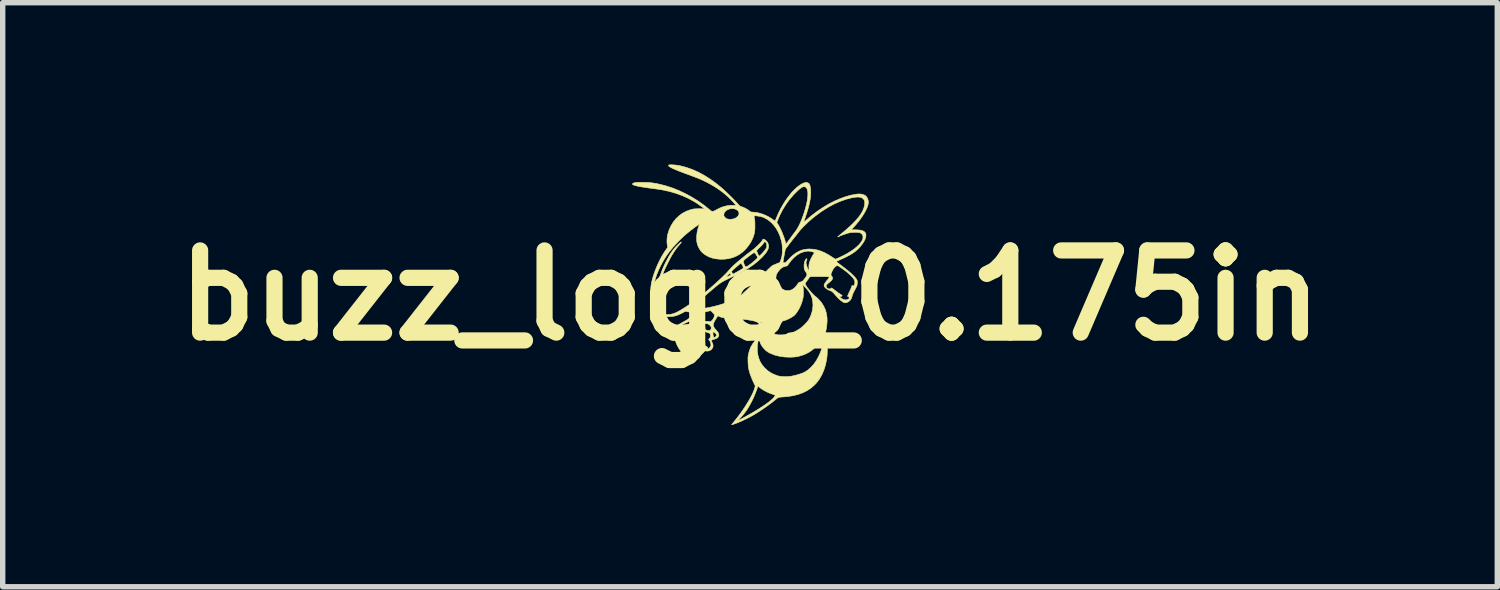
<source format=kicad_pcb>
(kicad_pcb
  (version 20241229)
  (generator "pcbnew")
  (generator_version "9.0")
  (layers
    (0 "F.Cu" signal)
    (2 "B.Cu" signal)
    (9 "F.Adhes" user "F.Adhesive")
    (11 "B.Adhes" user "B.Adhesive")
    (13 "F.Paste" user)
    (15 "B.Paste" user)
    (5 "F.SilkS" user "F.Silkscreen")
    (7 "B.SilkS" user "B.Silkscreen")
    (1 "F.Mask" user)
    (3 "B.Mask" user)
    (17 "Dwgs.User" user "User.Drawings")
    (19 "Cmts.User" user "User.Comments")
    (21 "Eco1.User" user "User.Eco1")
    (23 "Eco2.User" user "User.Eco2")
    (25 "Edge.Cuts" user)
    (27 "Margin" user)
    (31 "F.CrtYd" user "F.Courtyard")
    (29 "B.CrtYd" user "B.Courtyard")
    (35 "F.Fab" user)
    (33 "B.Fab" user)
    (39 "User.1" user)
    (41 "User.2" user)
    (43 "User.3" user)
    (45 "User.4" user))
  (footprint "buzz_logo_0.175in"
    (layer "F.Cu")
    (at 10.857 2.428)
    (property "Reference" "buzz_logo_0.175in" (at 0 0 0) (layer "F.SilkS") (effects (font (size 1.524 1.524) (thickness 0.3))))
    (attr through_hole)
    (fp_poly (pts (xy -1.427 -2.421) (xy -1.394 -2.419) (xy -1.36 -2.415) (xy -1.328 -2.41) (xy -1.303 -2.406) (xy -1.19 -2.377) (xy -1.077 -2.338) (xy -0.965 -2.289) (xy -0.853 -2.229) (xy -0.74 -2.158) (xy -0.627 -2.076) (xy -0.545 -2.01) (xy -0.514 -1.984) (xy -0.478 -1.951) (xy -0.438 -1.914) (xy -0.397 -1.874) (xy -0.356 -1.834) (xy -0.316 -1.794) (xy -0.28 -1.757) (xy -0.25 -1.724) (xy -0.231 -1.702) (xy -0.212 -1.681) (xy -0.199 -1.667) (xy -0.187 -1.658) (xy -0.175 -1.652) (xy -0.162 -1.647) (xy -0.122 -1.633) (xy -0.08 -1.612) (xy -0.04 -1.589) (xy -0.017 -1.572) (xy 0.001 -1.558) (xy 0.014 -1.55) (xy 0.026 -1.546) (xy 0.041 -1.545) (xy 0.051 -1.545) (xy 0.107 -1.54) (xy 0.167 -1.528) (xy 0.23 -1.509) (xy 0.292 -1.484) (xy 0.353 -1.453) (xy 0.41 -1.417) (xy 0.416 -1.412) (xy 0.434 -1.399) (xy 0.449 -1.389) (xy 0.458 -1.383) (xy 0.459 -1.382) (xy 0.464 -1.385) (xy 0.471 -1.396) (xy 0.481 -1.418) (xy 0.49 -1.438) (xy 0.526 -1.523) (xy 0.567 -1.605) (xy 0.612 -1.685) (xy 0.659 -1.76) (xy 0.709 -1.83) (xy 0.76 -1.894) (xy 0.812 -1.951) (xy 0.864 -2) (xy 0.915 -2.04) (xy 0.964 -2.071) (xy 0.967 -2.072) (xy 1.002 -2.087) (xy 1.03 -2.095) (xy 1.055 -2.094) (xy 1.077 -2.086) (xy 1.084 -2.081) (xy 1.095 -2.073) (xy 1.102 -2.063) (xy 1.108 -2.049) (xy 1.114 -2.03) (xy 1.118 -2.002) (xy 1.123 -1.97) (xy 1.126 -1.912) (xy 1.123 -1.846) (xy 1.114 -1.774) (xy 1.098 -1.694) (xy 1.075 -1.606) (xy 1.045 -1.509) (xy 1.034 -1.478) (xy 1.024 -1.446) (xy 1.014 -1.417) (xy 1.006 -1.393) (xy 1 -1.376) (xy 0.997 -1.367) (xy 0.997 -1.363) (xy 1.002 -1.364) (xy 1.012 -1.372) (xy 1.03 -1.386) (xy 1.04 -1.395) (xy 1.141 -1.48) (xy 1.244 -1.558) (xy 1.35 -1.629) (xy 1.456 -1.693) (xy 1.563 -1.748) (xy 1.669 -1.794) (xy 1.774 -1.832) (xy 1.876 -1.86) (xy 1.975 -1.878) (xy 1.98 -1.879) (xy 2.03 -1.882) (xy 2.075 -1.877) (xy 2.114 -1.865) (xy 2.145 -1.846) (xy 2.163 -1.827) (xy 2.179 -1.799) (xy 2.19 -1.766) (xy 2.195 -1.733) (xy 2.195 -1.727) (xy 2.191 -1.692) (xy 2.179 -1.651) (xy 2.16 -1.604) (xy 2.134 -1.553) (xy 2.102 -1.499) (xy 2.064 -1.442) (xy 2.022 -1.384) (xy 1.975 -1.326) (xy 1.924 -1.268) (xy 1.922 -1.266) (xy 1.877 -1.217) (xy 1.952 -1.217) (xy 2.008 -1.215) (xy 2.053 -1.209) (xy 2.09 -1.199) (xy 2.117 -1.184) (xy 2.136 -1.165) (xy 2.147 -1.141) (xy 2.15 -1.112) (xy 2.145 -1.077) (xy 2.132 -1.038) (xy 2.111 -0.997) (xy 2.082 -0.954) (xy 2.049 -0.911) (xy 2.01 -0.869) (xy 1.968 -0.83) (xy 1.923 -0.796) (xy 1.91 -0.787) (xy 1.875 -0.765) (xy 1.837 -0.743) (xy 1.794 -0.721) (xy 1.746 -0.697) (xy 1.689 -0.671) (xy 1.685 -0.669) (xy 1.6 -0.631) (xy 1.613 -0.618) (xy 1.621 -0.611) (xy 1.636 -0.598) (xy 1.658 -0.581) (xy 1.684 -0.561) (xy 1.714 -0.538) (xy 1.734 -0.523) (xy 1.784 -0.485) (xy 1.83 -0.447) (xy 1.873 -0.41) (xy 1.91 -0.375) (xy 1.94 -0.343) (xy 1.963 -0.316) (xy 1.975 -0.299) (xy 1.983 -0.284) (xy 1.987 -0.271) (xy 1.989 -0.255) (xy 1.989 -0.234) (xy 1.988 -0.229) (xy 1.987 -0.207) (xy 1.984 -0.189) (xy 1.978 -0.172) (xy 1.968 -0.151) (xy 1.962 -0.139) (xy 1.942 -0.101) (xy 1.926 -0.071) (xy 1.915 -0.047) (xy 1.906 -0.028) (xy 1.9 -0.012) (xy 1.895 0.003) (xy 1.891 0.019) (xy 1.891 0.022) (xy 1.877 0.06) (xy 1.856 0.091) (xy 1.827 0.115) (xy 1.809 0.125) (xy 1.783 0.135) (xy 1.76 0.137) (xy 1.737 0.13) (xy 1.711 0.115) (xy 1.702 0.108) (xy 1.678 0.089) (xy 1.654 0.069) (xy 1.631 0.046) (xy 1.604 0.017) (xy 1.572 -0.019) (xy 1.572 -0.019) (xy 1.552 -0.042) (xy 1.537 -0.058) (xy 1.524 -0.07) (xy 1.512 -0.078) (xy 1.499 -0.084) (xy 1.482 -0.09) (xy 1.446 -0.106) (xy 1.415 -0.125) (xy 1.392 -0.146) (xy 1.377 -0.167) (xy 1.376 -0.174) (xy 1.411 -0.174) (xy 1.417 -0.153) (xy 1.428 -0.138) (xy 1.44 -0.128) (xy 1.453 -0.123) (xy 1.471 -0.122) (xy 1.472 -0.122) (xy 1.49 -0.123) (xy 1.5 -0.126) (xy 1.504 -0.132) (xy 1.505 -0.134) (xy 1.507 -0.138) (xy 1.511 -0.139) (xy 1.519 -0.136) (xy 1.531 -0.128) (xy 1.549 -0.115) (xy 1.562 -0.104) (xy 1.599 -0.076) (xy 1.629 -0.053) (xy 1.657 -0.034) (xy 1.682 -0.018) (xy 1.688 -0.014) (xy 1.702 -0.005) (xy 1.708 0.001) (xy 1.707 0.006) (xy 1.703 0.012) (xy 1.693 0.019) (xy 1.681 0.021) (xy 1.67 0.02) (xy 1.648 0.016) (xy 1.67 0.036) (xy 1.696 0.056) (xy 1.725 0.072) (xy 1.752 0.081) (xy 1.77 0.083) (xy 1.789 0.081) (xy 1.81 0.075) (xy 1.816 0.072) (xy 1.83 0.065) (xy 1.838 0.057) (xy 1.839 0.054) (xy 1.836 0.037) (xy 1.83 0.025) (xy 1.822 0.022) (xy 1.812 0.019) (xy 1.808 0.016) (xy 1.809 0.009) (xy 1.815 -0.006) (xy 1.824 -0.026) (xy 1.835 -0.051) (xy 1.841 -0.063) (xy 1.855 -0.092) (xy 1.867 -0.119) (xy 1.877 -0.143) (xy 1.883 -0.16) (xy 1.884 -0.163) (xy 1.889 -0.179) (xy 1.892 -0.185) (xy 1.896 -0.184) (xy 1.899 -0.18) (xy 1.908 -0.174) (xy 1.919 -0.178) (xy 1.931 -0.192) (xy 1.935 -0.2) (xy 1.944 -0.229) (xy 1.943 -0.26) (xy 1.933 -0.289) (xy 1.931 -0.293) (xy 1.911 -0.323) (xy 1.881 -0.356) (xy 1.843 -0.393) (xy 1.798 -0.432) (xy 1.746 -0.472) (xy 1.689 -0.513) (xy 1.655 -0.536) (xy 1.637 -0.547) (xy 1.626 -0.553) (xy 1.617 -0.554) (xy 1.608 -0.551) (xy 1.606 -0.55) (xy 1.583 -0.536) (xy 1.56 -0.513) (xy 1.539 -0.483) (xy 1.525 -0.456) (xy 1.511 -0.424) (xy 1.503 -0.4) (xy 1.501 -0.382) (xy 1.506 -0.367) (xy 1.513 -0.358) (xy 1.527 -0.34) (xy 1.532 -0.322) (xy 1.527 -0.303) (xy 1.513 -0.281) (xy 1.488 -0.257) (xy 1.469 -0.241) (xy 1.449 -0.225) (xy 1.432 -0.21) (xy 1.421 -0.199) (xy 1.417 -0.194) (xy 1.411 -0.174) (xy 1.376 -0.174) (xy 1.373 -0.186) (xy 1.377 -0.206) (xy 1.391 -0.231) (xy 1.412 -0.261) (xy 1.43 -0.282) (xy 1.45 -0.306) (xy 1.462 -0.323) (xy 1.466 -0.335) (xy 1.462 -0.342) (xy 1.452 -0.347) (xy 1.442 -0.347) (xy 1.423 -0.348) (xy 1.396 -0.349) (xy 1.364 -0.349) (xy 1.327 -0.349) (xy 1.289 -0.349) (xy 1.25 -0.349) (xy 1.213 -0.349) (xy 1.18 -0.349) (xy 1.151 -0.348) (xy 1.13 -0.347) (xy 1.117 -0.347) (xy 1.116 -0.346) (xy 1.104 -0.342) (xy 1.1 -0.337) (xy 1.097 -0.33) (xy 1.088 -0.316) (xy 1.076 -0.298) (xy 1.061 -0.279) (xy 1.046 -0.258) (xy 1.033 -0.239) (xy 1.025 -0.225) (xy 1.022 -0.218) (xy 1.026 -0.207) (xy 1.034 -0.189) (xy 1.047 -0.168) (xy 1.063 -0.145) (xy 1.072 -0.133) (xy 1.101 -0.098) (xy 1.129 -0.064) (xy 1.156 -0.035) (xy 1.179 -0.011) (xy 1.197 0.006) (xy 1.203 0.011) (xy 1.23 0.032) (xy 1.26 0.06) (xy 1.289 0.091) (xy 1.316 0.121) (xy 1.329 0.139) (xy 1.368 0.202) (xy 1.398 0.268) (xy 1.417 0.338) (xy 1.428 0.413) (xy 1.429 0.492) (xy 1.421 0.577) (xy 1.411 0.633) (xy 1.399 0.69) (xy 1.411 0.747) (xy 1.421 0.812) (xy 1.428 0.884) (xy 1.432 0.959) (xy 1.433 1.033) (xy 1.43 1.105) (xy 1.423 1.17) (xy 1.42 1.189) (xy 1.399 1.29) (xy 1.37 1.382) (xy 1.334 1.467) (xy 1.291 1.543) (xy 1.241 1.612) (xy 1.2 1.656) (xy 1.136 1.713) (xy 1.064 1.762) (xy 0.985 1.802) (xy 0.898 1.834) (xy 0.804 1.858) (xy 0.703 1.874) (xy 0.65 1.879) (xy 0.61 1.882) (xy 0.58 1.884) (xy 0.556 1.886) (xy 0.539 1.89) (xy 0.525 1.894) (xy 0.513 1.9) (xy 0.501 1.908) (xy 0.487 1.919) (xy 0.474 1.93) (xy 0.401 1.988) (xy 0.322 2.047) (xy 0.24 2.104) (xy 0.159 2.158) (xy 0.08 2.207) (xy 0.047 2.226) (xy -0.005 2.254) (xy -0.06 2.283) (xy -0.117 2.31) (xy -0.172 2.336) (xy -0.224 2.358) (xy -0.272 2.376) (xy -0.312 2.39) (xy -0.316 2.391) (xy -0.333 2.396) (xy -0.34 2.398) (xy -0.341 2.395) (xy -0.338 2.391) (xy -0.332 2.383) (xy -0.32 2.369) (xy -0.304 2.35) (xy -0.289 2.331) (xy -0.288 2.33) (xy -0.236 2.33) (xy -0.192 2.306) (xy -0.171 2.295) (xy -0.143 2.28) (xy -0.112 2.263) (xy -0.08 2.245) (xy -0.067 2.238) (xy 0.017 2.191) (xy 0.094 2.145) (xy 0.166 2.101) (xy 0.232 2.058) (xy 0.29 2.019) (xy 0.341 1.982) (xy 0.384 1.948) (xy 0.418 1.917) (xy 0.443 1.891) (xy 0.45 1.881) (xy 0.46 1.866) (xy 0.466 1.855) (xy 0.467 1.852) (xy 0.462 1.848) (xy 0.449 1.843) (xy 0.429 1.836) (xy 0.418 1.832) (xy 0.37 1.815) (xy 0.319 1.793) (xy 0.271 1.768) (xy 0.226 1.741) (xy 0.187 1.714) (xy 0.168 1.698) (xy 0.146 1.679) (xy 0.134 1.719) (xy 0.119 1.761) (xy 0.1 1.81) (xy 0.079 1.862) (xy 0.056 1.914) (xy 0.033 1.961) (xy 0.03 1.967) (xy -0.012 2.045) (xy -0.054 2.115) (xy -0.099 2.177) (xy -0.147 2.236) (xy -0.183 2.275) (xy -0.236 2.33) (xy -0.288 2.33) (xy -0.238 2.268) (xy -0.189 2.203) (xy -0.141 2.136) (xy -0.096 2.069) (xy -0.054 2.003) (xy -0.015 1.939) (xy 0.018 1.877) (xy 0.047 1.821) (xy 0.069 1.769) (xy 0.085 1.725) (xy 0.087 1.715) (xy 0.097 1.679) (xy 0.063 1.608) (xy 0.039 1.555) (xy 0.017 1.499) (xy -0.003 1.442) (xy -0.018 1.389) (xy -0.025 1.361) (xy -0.029 1.34) (xy -0.032 1.31) (xy -0.035 1.275) (xy -0.037 1.239) (xy -0.037 1.231) (xy -0.038 1.194) (xy -0.038 1.165) (xy -0.037 1.141) (xy -0.034 1.119) (xy -0.031 1.097) (xy -0.029 1.089) (xy -0.01 1.017) (xy 0.01 0.97) (xy 0.134 0.97) (xy 0.137 1.046) (xy 0.149 1.119) (xy 0.171 1.189) (xy 0.187 1.225) (xy 0.223 1.285) (xy 0.267 1.339) (xy 0.319 1.388) (xy 0.378 1.43) (xy 0.441 1.463) (xy 0.508 1.488) (xy 0.542 1.497) (xy 0.574 1.501) (xy 0.613 1.504) (xy 0.656 1.505) (xy 0.7 1.504) (xy 0.74 1.501) (xy 0.768 1.497) (xy 0.802 1.49) (xy 0.841 1.481) (xy 0.88 1.47) (xy 0.918 1.459) (xy 0.95 1.449) (xy 0.962 1.445) (xy 1.021 1.417) (xy 1.078 1.379) (xy 1.132 1.331) (xy 1.182 1.275) (xy 1.228 1.21) (xy 1.268 1.138) (xy 1.304 1.059) (xy 1.319 1.019) (xy 1.329 0.987) (xy 1.339 0.952) (xy 1.348 0.915) (xy 1.356 0.877) (xy 1.363 0.84) (xy 1.368 0.807) (xy 1.372 0.777) (xy 1.373 0.753) (xy 1.373 0.736) (xy 1.37 0.729) (xy 1.368 0.728) (xy 1.364 0.733) (xy 1.357 0.745) (xy 1.349 0.763) (xy 1.348 0.765) (xy 1.329 0.802) (xy 1.304 0.843) (xy 1.276 0.884) (xy 1.246 0.922) (xy 1.217 0.955) (xy 1.215 0.957) (xy 1.156 1.01) (xy 1.092 1.054) (xy 1.023 1.089) (xy 0.972 1.108) (xy 0.918 1.124) (xy 0.866 1.136) (xy 0.813 1.142) (xy 0.755 1.145) (xy 0.733 1.145) (xy 0.637 1.141) (xy 0.547 1.128) (xy 0.463 1.107) (xy 0.386 1.078) (xy 0.373 1.072) (xy 0.344 1.057) (xy 0.322 1.043) (xy 0.302 1.028) (xy 0.28 1.009) (xy 0.27 0.998) (xy 0.23 0.952) (xy 0.2 0.903) (xy 0.181 0.852) (xy 0.179 0.845) (xy 0.174 0.825) (xy 0.17 0.807) (xy 0.169 0.803) (xy 0.167 0.794) (xy 0.165 0.792) (xy 0.162 0.8) (xy 0.158 0.814) (xy 0.141 0.892) (xy 0.134 0.97) (xy 0.01 0.97) (xy 0.017 0.952) (xy 0.053 0.892) (xy 0.099 0.836) (xy 0.116 0.817) (xy 0.169 0.764) (xy 0.171 0.649) (xy 0.172 0.607) (xy 0.172 0.575) (xy 0.171 0.55) (xy 0.169 0.533) (xy 0.164 0.52) (xy 0.157 0.511) (xy 0.147 0.503) (xy 0.135 0.497) (xy 0.19 0.497) (xy 0.193 0.502) (xy 0.2 0.514) (xy 0.21 0.53) (xy 0.214 0.537) (xy 0.257 0.592) (xy 0.307 0.639) (xy 0.363 0.678) (xy 0.425 0.706) (xy 0.493 0.726) (xy 0.505 0.728) (xy 0.535 0.731) (xy 0.572 0.732) (xy 0.613 0.73) (xy 0.654 0.725) (xy 0.693 0.719) (xy 0.713 0.715) (xy 0.762 0.699) (xy 0.814 0.678) (xy 0.866 0.652) (xy 0.913 0.624) (xy 0.936 0.608) (xy 0.965 0.584) (xy 0.996 0.556) (xy 1.027 0.525) (xy 1.055 0.494) (xy 1.079 0.465) (xy 1.094 0.442) (xy 1.122 0.387) (xy 1.144 0.326) (xy 1.159 0.262) (xy 1.166 0.198) (xy 1.167 0.174) (xy 1.162 0.107) (xy 1.149 0.044) (xy 1.125 -0.015) (xy 1.092 -0.071) (xy 1.048 -0.126) (xy 1.025 -0.15) (xy 1.008 -0.168) (xy 0.993 -0.181) (xy 0.983 -0.19) (xy 0.979 -0.192) (xy 0.979 -0.186) (xy 0.981 -0.172) (xy 0.984 -0.157) (xy 0.988 -0.127) (xy 0.99 -0.09) (xy 0.991 -0.048) (xy 0.989 -0.007) (xy 0.985 0.032) (xy 0.981 0.052) (xy 0.969 0.103) (xy 0.951 0.156) (xy 0.929 0.208) (xy 0.904 0.257) (xy 0.876 0.302) (xy 0.848 0.341) (xy 0.82 0.37) (xy 0.815 0.375) (xy 0.779 0.4) (xy 0.736 0.425) (xy 0.69 0.447) (xy 0.653 0.461) (xy 0.591 0.478) (xy 0.521 0.491) (xy 0.447 0.5) (xy 0.371 0.504) (xy 0.295 0.503) (xy 0.258 0.501) (xy 0.233 0.499) (xy 0.211 0.498) (xy 0.196 0.497) (xy 0.19 0.497) (xy 0.19 0.497) (xy 0.135 0.497) (xy 0.134 0.496) (xy 0.127 0.493) (xy 0.108 0.485) (xy 0.088 0.478) (xy 0.066 0.472) (xy 0.038 0.466) (xy 0.006 0.46) (xy -0.034 0.453) (xy -0.081 0.447) (xy -0.138 0.44) (xy -0.164 0.436) (xy -0.192 0.433) (xy -0.229 0.43) (xy -0.27 0.427) (xy -0.314 0.425) (xy -0.356 0.423) (xy -0.361 0.422) (xy -0.412 0.42) (xy -0.453 0.417) (xy -0.487 0.413) (xy -0.514 0.409) (xy -0.537 0.403) (xy -0.557 0.396) (xy -0.574 0.388) (xy -0.587 0.382) (xy -0.596 0.379) (xy -0.597 0.379) (xy -0.6 0.384) (xy -0.608 0.396) (xy -0.619 0.413) (xy -0.623 0.42) (xy -0.649 0.461) (xy -0.667 0.495) (xy -0.677 0.523) (xy -0.681 0.549) (xy -0.678 0.572) (xy -0.667 0.595) (xy -0.649 0.618) (xy -0.633 0.637) (xy -0.607 0.667) (xy -0.589 0.692) (xy -0.58 0.714) (xy -0.578 0.736) (xy -0.583 0.758) (xy -0.586 0.764) (xy -0.597 0.78) (xy -0.616 0.794) (xy -0.645 0.806) (xy -0.669 0.813) (xy -0.688 0.819) (xy -0.704 0.826) (xy -0.711 0.831) (xy -0.715 0.836) (xy -0.716 0.843) (xy -0.711 0.855) (xy -0.705 0.868) (xy -0.692 0.896) (xy -0.686 0.92) (xy -0.686 0.943) (xy -0.689 0.958) (xy -0.702 0.985) (xy -0.722 1.007) (xy -0.749 1.023) (xy -0.78 1.031) (xy -0.809 1.031) (xy -0.833 1.027) (xy -0.879 1.074) (xy -0.913 1.105) (xy -0.944 1.128) (xy -0.975 1.143) (xy -1.006 1.152) (xy -1.03 1.155) (xy -1.084 1.153) (xy -1.136 1.139) (xy -1.187 1.116) (xy -1.231 1.085) (xy -1.274 1.043) (xy -1.313 0.993) (xy -1.336 0.953) (xy -1.13 0.953) (xy -1.126 0.985) (xy -1.11 1.025) (xy -1.088 1.056) (xy -1.061 1.078) (xy -1.029 1.091) (xy -0.994 1.094) (xy -0.965 1.089) (xy -0.937 1.075) (xy -0.912 1.053) (xy -0.89 1.022) (xy -0.874 0.984) (xy -0.866 0.957) (xy -0.862 0.94) (xy -0.858 0.932) (xy -0.852 0.93) (xy -0.842 0.931) (xy -0.821 0.938) (xy -0.801 0.949) (xy -0.788 0.961) (xy -0.787 0.963) (xy -0.784 0.972) (xy -0.791 0.98) (xy -0.792 0.98) (xy -0.799 0.986) (xy -0.797 0.988) (xy -0.786 0.989) (xy -0.772 0.987) (xy -0.759 0.978) (xy -0.748 0.967) (xy -0.733 0.947) (xy -0.725 0.93) (xy -0.725 0.91) (xy -0.728 0.893) (xy -0.737 0.861) (xy -0.749 0.839) (xy -0.761 0.827) (xy -0.767 0.822) (xy -0.767 0.817) (xy -0.761 0.809) (xy -0.753 0.799) (xy -0.741 0.784) (xy -0.735 0.77) (xy -0.734 0.752) (xy -0.733 0.75) (xy -0.735 0.726) (xy -0.741 0.711) (xy -0.744 0.708) (xy -0.687 0.708) (xy -0.685 0.728) (xy -0.682 0.749) (xy -0.676 0.767) (xy -0.67 0.779) (xy -0.664 0.784) (xy -0.656 0.78) (xy -0.644 0.771) (xy -0.64 0.767) (xy -0.626 0.75) (xy -0.622 0.734) (xy -0.628 0.717) (xy -0.645 0.699) (xy -0.649 0.695) (xy -0.665 0.683) (xy -0.674 0.678) (xy -0.68 0.678) (xy -0.683 0.681) (xy -0.687 0.691) (xy -0.687 0.708) (xy -0.744 0.708) (xy -0.753 0.7) (xy -0.773 0.692) (xy -0.774 0.692) (xy -0.813 0.678) (xy -0.843 0.665) (xy -0.862 0.652) (xy -0.871 0.64) (xy -0.872 0.633) (xy -0.869 0.624) (xy -0.859 0.623) (xy -0.841 0.629) (xy -0.826 0.636) (xy -0.802 0.645) (xy -0.777 0.65) (xy -0.755 0.65) (xy -0.738 0.645) (xy -0.732 0.64) (xy -0.722 0.621) (xy -0.719 0.599) (xy -0.724 0.58) (xy -0.739 0.559) (xy -0.759 0.541) (xy -0.779 0.528) (xy -0.78 0.528) (xy -0.803 0.524) (xy -0.835 0.523) (xy -0.875 0.526) (xy -0.923 0.533) (xy -0.953 0.539) (xy -0.991 0.547) (xy -1.02 0.554) (xy -1.041 0.561) (xy -1.056 0.568) (xy -1.067 0.577) (xy -1.074 0.587) (xy -1.076 0.59) (xy -1.08 0.602) (xy -1.081 0.616) (xy -1.078 0.634) (xy -1.07 0.657) (xy -1.058 0.688) (xy -1.049 0.707) (xy -1.038 0.733) (xy -1.031 0.753) (xy -1.027 0.771) (xy -1.026 0.79) (xy -1.026 0.798) (xy -1.026 0.821) (xy -1.029 0.838) (xy -1.036 0.854) (xy -1.041 0.863) (xy -1.055 0.883) (xy -1.069 0.896) (xy -1.08 0.9) (xy -1.082 0.895) (xy -1.083 0.883) (xy -1.084 0.877) (xy -1.084 0.854) (xy -1.095 0.865) (xy -1.115 0.889) (xy -1.127 0.92) (xy -1.13 0.953) (xy -1.336 0.953) (xy -1.346 0.936) (xy -1.373 0.873) (xy -1.392 0.807) (xy -1.403 0.742) (xy -1.403 0.712) (xy -1.4 0.677) (xy -1.393 0.642) (xy -1.384 0.612) (xy -1.379 0.601) (xy -1.364 0.58) (xy -1.346 0.561) (xy -1.273 0.561) (xy -1.268 0.562) (xy -1.255 0.56) (xy -1.238 0.555) (xy -1.213 0.548) (xy -1.185 0.544) (xy -1.17 0.543) (xy -1.148 0.544) (xy -1.128 0.547) (xy -1.118 0.55) (xy -1.105 0.554) (xy -1.096 0.553) (xy -1.09 0.549) (xy -1.075 0.538) (xy -1.052 0.526) (xy -1.024 0.513) (xy -0.993 0.501) (xy -0.963 0.49) (xy -0.943 0.484) (xy -0.927 0.48) (xy -0.912 0.477) (xy -0.895 0.476) (xy -0.874 0.476) (xy -0.845 0.477) (xy -0.834 0.478) (xy -0.804 0.48) (xy -0.778 0.481) (xy -0.758 0.483) (xy -0.746 0.485) (xy -0.744 0.486) (xy -0.735 0.486) (xy -0.722 0.478) (xy -0.709 0.467) (xy -0.687 0.442) (xy -0.672 0.416) (xy -0.662 0.384) (xy -0.66 0.371) (xy -0.66 0.361) (xy -0.665 0.351) (xy -0.676 0.337) (xy -0.68 0.332) (xy -0.695 0.315) (xy -0.709 0.3) (xy -0.718 0.293) (xy -0.729 0.286) (xy -0.738 0.284) (xy -0.751 0.286) (xy -0.76 0.289) (xy -0.797 0.298) (xy -0.833 0.306) (xy -0.872 0.311) (xy -0.918 0.316) (xy -0.929 0.317) (xy -1.005 0.324) (xy -1.015 0.346) (xy -1.021 0.358) (xy -1.031 0.372) (xy -1.045 0.39) (xy -1.065 0.414) (xy -1.092 0.443) (xy -1.108 0.461) (xy -1.117 0.47) (xy -1.13 0.479) (xy -1.148 0.489) (xy -1.171 0.5) (xy -1.203 0.514) (xy -1.217 0.52) (xy -1.235 0.529) (xy -1.252 0.54) (xy -1.266 0.551) (xy -1.272 0.56) (xy -1.273 0.561) (xy -1.346 0.561) (xy -1.343 0.558) (xy -1.313 0.535) (xy -1.275 0.512) (xy -1.234 0.489) (xy -1.189 0.465) (xy -1.153 0.442) (xy -1.125 0.42) (xy -1.104 0.399) (xy -1.089 0.376) (xy -1.086 0.371) (xy -1.078 0.355) (xy -1.075 0.345) (xy -1.077 0.337) (xy -1.081 0.33) (xy -1.086 0.322) (xy -1.092 0.317) (xy -1.1 0.313) (xy -1.113 0.31) (xy -1.134 0.306) (xy -1.153 0.303) (xy -1.203 0.296) (xy -1.245 0.319) (xy -1.303 0.348) (xy -1.358 0.371) (xy -1.392 0.381) (xy -1.421 0.386) (xy -1.457 0.391) (xy -1.494 0.393) (xy -1.529 0.393) (xy -1.559 0.392) (xy -1.574 0.389) (xy -1.623 0.374) (xy -1.669 0.348) (xy -1.712 0.313) (xy -1.75 0.27) (xy -1.783 0.22) (xy -1.81 0.163) (xy -1.83 0.101) (xy -1.837 0.073) (xy -1.842 0.036) (xy -1.844 -0.008) (xy -1.844 -0.042) (xy -1.792 -0.042) (xy -1.791 -0.002) (xy -1.791 0.029) (xy -1.79 0.053) (xy -1.788 0.073) (xy -1.785 0.09) (xy -1.781 0.106) (xy -1.779 0.114) (xy -1.767 0.152) (xy -1.751 0.19) (xy -1.733 0.224) (xy -1.715 0.251) (xy -1.708 0.259) (xy -1.689 0.281) (xy -1.699 0.258) (xy -1.72 0.192) (xy -1.733 0.118) (xy -1.737 0.037) (xy -1.733 -0.05) (xy -1.721 -0.144) (xy -1.699 -0.246) (xy -1.67 -0.353) (xy -1.652 -0.408) (xy -1.63 -0.468) (xy -1.602 -0.533) (xy -1.571 -0.6) (xy -1.536 -0.667) (xy -1.501 -0.731) (xy -1.465 -0.789) (xy -1.432 -0.836) (xy -1.416 -0.857) (xy -1.396 -0.88) (xy -1.374 -0.904) (xy -1.351 -0.928) (xy -1.329 -0.949) (xy -1.309 -0.968) (xy -1.293 -0.982) (xy -1.281 -0.99) (xy -1.276 -0.991) (xy -1.273 -0.988) (xy -1.276 -0.981) (xy -1.285 -0.968) (xy -1.301 -0.95) (xy -1.306 -0.943) (xy -1.345 -0.898) (xy -1.378 -0.854) (xy -1.411 -0.806) (xy -1.444 -0.753) (xy -1.463 -0.721) (xy -1.483 -0.683) (xy -1.505 -0.641) (xy -1.527 -0.598) (xy -1.548 -0.555) (xy -1.568 -0.514) (xy -1.585 -0.477) (xy -1.598 -0.445) (xy -1.607 -0.421) (xy -1.608 -0.42) (xy -1.631 -0.341) (xy -1.65 -0.258) (xy -1.667 -0.172) (xy -1.679 -0.087) (xy -1.686 -0.006) (xy -1.689 0.069) (xy -1.689 0.069) (xy -1.686 0.138) (xy -1.678 0.198) (xy -1.665 0.247) (xy -1.647 0.287) (xy -1.623 0.318) (xy -1.593 0.339) (xy -1.558 0.352) (xy -1.516 0.355) (xy -1.469 0.349) (xy -1.449 0.345) (xy -1.422 0.337) (xy -1.395 0.328) (xy -1.367 0.316) (xy -1.337 0.301) (xy -1.303 0.282) (xy -1.265 0.26) (xy -1.221 0.232) (xy -1.17 0.199) (xy -1.112 0.16) (xy -1.101 0.153) (xy -1.031 0.103) (xy -0.955 0.045) (xy -0.872 -0.021) (xy -0.782 -0.097) (xy -0.687 -0.18) (xy -0.683 -0.184) (xy -0.636 -0.226) (xy -0.591 -0.267) (xy -0.548 -0.307) (xy -0.509 -0.344) (xy -0.507 -0.346) (xy -0.444 -0.346) (xy -0.443 -0.345) (xy -0.443 -0.345) (xy -0.438 -0.346) (xy -0.425 -0.35) (xy -0.416 -0.352) (xy -0.39 -0.362) (xy -0.37 -0.371) (xy -0.358 -0.38) (xy -0.356 -0.385) (xy -0.359 -0.395) (xy -0.363 -0.403) (xy -0.368 -0.408) (xy -0.372 -0.408) (xy -0.38 -0.405) (xy -0.392 -0.395) (xy -0.408 -0.381) (xy -0.427 -0.364) (xy -0.439 -0.353) (xy -0.444 -0.346) (xy -0.507 -0.346) (xy -0.474 -0.378) (xy -0.444 -0.408) (xy -0.42 -0.432) (xy -0.418 -0.435) (xy -0.342 -0.435) (xy -0.336 -0.425) (xy -0.33 -0.416) (xy -0.321 -0.404) (xy -0.314 -0.399) (xy -0.306 -0.4) (xy -0.304 -0.401) (xy -0.295 -0.406) (xy -0.278 -0.415) (xy -0.256 -0.428) (xy -0.23 -0.442) (xy -0.214 -0.452) (xy -0.187 -0.467) (xy -0.163 -0.481) (xy -0.144 -0.493) (xy -0.132 -0.5) (xy -0.129 -0.503) (xy -0.126 -0.512) (xy -0.129 -0.528) (xy -0.136 -0.549) (xy -0.148 -0.571) (xy -0.154 -0.579) (xy -0.168 -0.6) (xy -0.197 -0.577) (xy -0.221 -0.557) (xy -0.247 -0.535) (xy -0.273 -0.513) (xy -0.296 -0.492) (xy -0.316 -0.474) (xy -0.33 -0.46) (xy -0.336 -0.452) (xy -0.341 -0.443) (xy -0.342 -0.435) (xy -0.418 -0.435) (xy -0.404 -0.451) (xy -0.4 -0.456) (xy -0.386 -0.472) (xy -0.367 -0.493) (xy -0.345 -0.516) (xy -0.325 -0.536) (xy -0.302 -0.559) (xy -0.271 -0.586) (xy -0.234 -0.618) (xy -0.222 -0.629) (xy -0.123 -0.629) (xy -0.122 -0.615) (xy -0.116 -0.597) (xy -0.108 -0.575) (xy -0.107 -0.574) (xy -0.097 -0.551) (xy -0.088 -0.537) (xy -0.077 -0.533) (xy -0.063 -0.536) (xy -0.048 -0.542) (xy -0.032 -0.552) (xy -0.011 -0.567) (xy 0.013 -0.585) (xy 0.039 -0.605) (xy 0.065 -0.626) (xy 0.089 -0.647) (xy 0.11 -0.666) (xy 0.126 -0.682) (xy 0.136 -0.694) (xy 0.139 -0.7) (xy 0.136 -0.714) (xy 0.127 -0.732) (xy 0.116 -0.752) (xy 0.104 -0.77) (xy 0.094 -0.781) (xy 0.077 -0.795) (xy 0.055 -0.782) (xy 0.043 -0.775) (xy 0.025 -0.762) (xy 0.001 -0.745) (xy -0.025 -0.725) (xy -0.046 -0.708) (xy -0.076 -0.685) (xy -0.097 -0.667) (xy -0.112 -0.653) (xy -0.12 -0.641) (xy -0.123 -0.629) (xy -0.222 -0.629) (xy -0.194 -0.652) (xy -0.153 -0.686) (xy -0.111 -0.72) (xy -0.071 -0.753) (xy -0.034 -0.781) (xy -0.002 -0.805) (xy 0.018 -0.819) (xy 0.031 -0.829) (xy 0.122 -0.829) (xy 0.124 -0.821) (xy 0.13 -0.807) (xy 0.137 -0.788) (xy 0.146 -0.768) (xy 0.154 -0.75) (xy 0.161 -0.736) (xy 0.165 -0.729) (xy 0.166 -0.728) (xy 0.171 -0.731) (xy 0.181 -0.739) (xy 0.187 -0.743) (xy 0.203 -0.757) (xy 0.222 -0.776) (xy 0.243 -0.799) (xy 0.263 -0.823) (xy 0.281 -0.847) (xy 0.296 -0.868) (xy 0.306 -0.884) (xy 0.309 -0.892) (xy 0.311 -0.916) (xy 0.309 -0.941) (xy 0.305 -0.963) (xy 0.297 -0.978) (xy 0.297 -0.979) (xy 0.283 -0.992) (xy 0.272 -0.996) (xy 0.263 -0.99) (xy 0.254 -0.974) (xy 0.253 -0.974) (xy 0.241 -0.955) (xy 0.219 -0.93) (xy 0.19 -0.9) (xy 0.181 -0.892) (xy 0.16 -0.872) (xy 0.142 -0.854) (xy 0.129 -0.84) (xy 0.123 -0.831) (xy 0.122 -0.829) (xy 0.031 -0.829) (xy 0.044 -0.839) (xy 0.074 -0.862) (xy 0.104 -0.889) (xy 0.134 -0.916) (xy 0.162 -0.944) (xy 0.187 -0.969) (xy 0.207 -0.992) (xy 0.22 -1.01) (xy 0.224 -1.016) (xy 0.232 -1.031) (xy 0.239 -1.041) (xy 0.242 -1.043) (xy 0.255 -1.042) (xy 0.273 -1.035) (xy 0.292 -1.021) (xy 0.31 -1.002) (xy 0.325 -0.981) (xy 0.333 -0.966) (xy 0.343 -0.932) (xy 0.344 -0.896) (xy 0.335 -0.86) (xy 0.315 -0.821) (xy 0.286 -0.779) (xy 0.283 -0.776) (xy 0.222 -0.706) (xy 0.149 -0.639) (xy 0.066 -0.572) (xy -0.027 -0.508) (xy -0.131 -0.446) (xy -0.243 -0.386) (xy -0.313 -0.353) (xy -0.374 -0.324) (xy -0.425 -0.299) (xy -0.469 -0.277) (xy -0.507 -0.256) (xy -0.54 -0.236) (xy -0.569 -0.217) (xy -0.596 -0.196) (xy -0.623 -0.175) (xy -0.635 -0.165) (xy -0.658 -0.145) (xy -0.685 -0.123) (xy -0.711 -0.101) (xy -0.719 -0.094) (xy -0.738 -0.078) (xy -0.763 -0.057) (xy -0.792 -0.032) (xy -0.821 -0.006) (xy -0.844 0.014) (xy -0.895 0.06) (xy -0.938 0.098) (xy -0.976 0.131) (xy -1.009 0.159) (xy -1.038 0.182) (xy -1.063 0.203) (xy -1.069 0.207) (xy -1.089 0.222) (xy -1.101 0.233) (xy -1.106 0.239) (xy -1.106 0.244) (xy -1.102 0.247) (xy -1.091 0.25) (xy -1.071 0.251) (xy -1.045 0.252) (xy -1.013 0.252) (xy -0.978 0.251) (xy -0.943 0.25) (xy -0.908 0.247) (xy -0.877 0.244) (xy -0.867 0.242) (xy -0.765 0.225) (xy -0.666 0.203) (xy -0.572 0.178) (xy -0.482 0.15) (xy -0.398 0.119) (xy -0.321 0.086) (xy -0.252 0.051) (xy -0.193 0.014) (xy -0.153 -0.016) (xy -0.141 -0.027) (xy -0.122 -0.044) (xy -0.097 -0.068) (xy -0.066 -0.097) (xy -0.031 -0.13) (xy 0.008 -0.167) (xy 0.05 -0.208) (xy 0.094 -0.25) (xy 0.139 -0.293) (xy 0.151 -0.306) (xy 0.481 -0.306) (xy 0.482 -0.268) (xy 0.487 -0.239) (xy 0.496 -0.214) (xy 0.511 -0.19) (xy 0.531 -0.166) (xy 0.568 -0.135) (xy 0.608 -0.111) (xy 0.65 -0.095) (xy 0.693 -0.089) (xy 0.735 -0.092) (xy 0.769 -0.103) (xy 0.802 -0.122) (xy 0.834 -0.149) (xy 0.864 -0.183) (xy 0.881 -0.208) (xy 0.894 -0.228) (xy 0.904 -0.239) (xy 0.913 -0.244) (xy 0.916 -0.244) (xy 0.933 -0.248) (xy 0.954 -0.255) (xy 0.973 -0.266) (xy 0.98 -0.271) (xy 0.988 -0.28) (xy 1 -0.294) (xy 1.015 -0.313) (xy 1.023 -0.323) (xy 1.041 -0.349) (xy 1.052 -0.369) (xy 1.055 -0.386) (xy 1.052 -0.404) (xy 1.041 -0.425) (xy 1.031 -0.441) (xy 1.018 -0.461) (xy 1.011 -0.478) (xy 1.006 -0.495) (xy 1.003 -0.518) (xy 1.003 -0.522) (xy 1.002 -0.566) (xy 1.008 -0.607) (xy 1.019 -0.643) (xy 1.035 -0.671) (xy 1.038 -0.674) (xy 1.048 -0.682) (xy 1.054 -0.681) (xy 1.055 -0.672) (xy 1.053 -0.656) (xy 1.046 -0.635) (xy 1.045 -0.634) (xy 1.04 -0.621) (xy 1.038 -0.611) (xy 1.038 -0.6) (xy 1.041 -0.585) (xy 1.047 -0.563) (xy 1.048 -0.56) (xy 1.056 -0.533) (xy 1.065 -0.507) (xy 1.074 -0.485) (xy 1.082 -0.468) (xy 1.088 -0.459) (xy 1.088 -0.459) (xy 1.09 -0.463) (xy 1.091 -0.476) (xy 1.092 -0.497) (xy 1.092 -0.519) (xy 1.092 -0.551) (xy 1.094 -0.575) (xy 1.098 -0.596) (xy 1.104 -0.617) (xy 1.105 -0.62) (xy 1.121 -0.662) (xy 1.141 -0.704) (xy 1.163 -0.743) (xy 1.176 -0.764) (xy 1.187 -0.779) (xy 1.192 -0.788) (xy 1.191 -0.794) (xy 1.186 -0.798) (xy 1.174 -0.804) (xy 1.154 -0.81) (xy 1.13 -0.815) (xy 1.106 -0.82) (xy 1.084 -0.822) (xy 1.077 -0.822) (xy 1.036 -0.818) (xy 0.99 -0.807) (xy 0.943 -0.79) (xy 0.925 -0.781) (xy 0.87 -0.748) (xy 0.817 -0.705) (xy 0.767 -0.652) (xy 0.719 -0.589) (xy 0.717 -0.586) (xy 0.704 -0.567) (xy 0.694 -0.555) (xy 0.685 -0.549) (xy 0.673 -0.544) (xy 0.656 -0.541) (xy 0.656 -0.541) (xy 0.62 -0.53) (xy 0.586 -0.51) (xy 0.554 -0.481) (xy 0.528 -0.45) (xy 0.509 -0.422) (xy 0.495 -0.399) (xy 0.487 -0.377) (xy 0.482 -0.353) (xy 0.481 -0.322) (xy 0.481 -0.306) (xy 0.151 -0.306) (xy 0.183 -0.336) (xy 0.225 -0.377) (xy 0.265 -0.415) (xy 0.302 -0.45) (xy 0.334 -0.481) (xy 0.361 -0.507) (xy 0.383 -0.527) (xy 0.398 -0.541) (xy 0.407 -0.548) (xy 0.407 -0.548) (xy 0.42 -0.556) (xy 0.442 -0.566) (xy 0.467 -0.577) (xy 0.49 -0.586) (xy 0.541 -0.606) (xy 0.611 -0.606) (xy 0.634 -0.606) (xy 0.646 -0.606) (xy 0.656 -0.609) (xy 0.665 -0.616) (xy 0.678 -0.628) (xy 0.692 -0.643) (xy 0.747 -0.702) (xy 0.801 -0.75) (xy 0.854 -0.789) (xy 0.907 -0.819) (xy 0.961 -0.841) (xy 1.018 -0.854) (xy 1.078 -0.861) (xy 1.105 -0.861) (xy 1.174 -0.857) (xy 1.242 -0.844) (xy 1.312 -0.823) (xy 1.384 -0.792) (xy 1.458 -0.752) (xy 1.517 -0.714) (xy 1.541 -0.699) (xy 1.561 -0.686) (xy 1.576 -0.677) (xy 1.584 -0.673) (xy 1.584 -0.672) (xy 1.591 -0.675) (xy 1.605 -0.681) (xy 1.626 -0.69) (xy 1.651 -0.701) (xy 1.662 -0.706) (xy 1.737 -0.742) (xy 1.807 -0.78) (xy 1.871 -0.82) (xy 1.928 -0.859) (xy 1.977 -0.899) (xy 2.019 -0.939) (xy 2.052 -0.978) (xy 2.076 -1.015) (xy 2.091 -1.05) (xy 2.095 -1.08) (xy 2.091 -1.111) (xy 2.077 -1.135) (xy 2.054 -1.154) (xy 2.049 -1.157) (xy 2.039 -1.162) (xy 2.028 -1.166) (xy 2.015 -1.168) (xy 1.997 -1.169) (xy 1.972 -1.17) (xy 1.948 -1.17) (xy 1.914 -1.169) (xy 1.888 -1.168) (xy 1.866 -1.166) (xy 1.846 -1.162) (xy 1.822 -1.156) (xy 1.814 -1.154) (xy 1.782 -1.144) (xy 1.747 -1.132) (xy 1.712 -1.12) (xy 1.68 -1.107) (xy 1.654 -1.096) (xy 1.643 -1.091) (xy 1.631 -1.085) (xy 1.626 -1.085) (xy 1.63 -1.09) (xy 1.641 -1.101) (xy 1.661 -1.118) (xy 1.689 -1.141) (xy 1.691 -1.142) (xy 1.774 -1.212) (xy 1.847 -1.276) (xy 1.911 -1.337) (xy 1.966 -1.395) (xy 2.012 -1.449) (xy 2.05 -1.501) (xy 2.08 -1.55) (xy 2.102 -1.598) (xy 2.117 -1.644) (xy 2.121 -1.66) (xy 2.127 -1.703) (xy 2.126 -1.739) (xy 2.117 -1.767) (xy 2.101 -1.79) (xy 2.077 -1.808) (xy 2.068 -1.812) (xy 2.038 -1.822) (xy 1.999 -1.825) (xy 1.951 -1.821) (xy 1.894 -1.812) (xy 1.892 -1.812) (xy 1.781 -1.783) (xy 1.669 -1.744) (xy 1.557 -1.694) (xy 1.444 -1.633) (xy 1.331 -1.561) (xy 1.217 -1.478) (xy 1.142 -1.418) (xy 1.111 -1.39) (xy 1.077 -1.359) (xy 1.042 -1.326) (xy 1.007 -1.292) (xy 0.975 -1.26) (xy 0.947 -1.23) (xy 0.924 -1.204) (xy 0.912 -1.189) (xy 0.901 -1.174) (xy 0.883 -1.152) (xy 0.862 -1.124) (xy 0.836 -1.092) (xy 0.809 -1.058) (xy 0.78 -1.022) (xy 0.77 -1.009) (xy 0.743 -0.975) (xy 0.718 -0.942) (xy 0.696 -0.913) (xy 0.678 -0.888) (xy 0.664 -0.869) (xy 0.657 -0.857) (xy 0.655 -0.854) (xy 0.652 -0.842) (xy 0.648 -0.821) (xy 0.643 -0.794) (xy 0.637 -0.764) (xy 0.631 -0.731) (xy 0.625 -0.699) (xy 0.62 -0.67) (xy 0.616 -0.646) (xy 0.614 -0.632) (xy 0.611 -0.606) (xy 0.541 -0.606) (xy 0.553 -0.61) (xy 0.566 -0.643) (xy 0.581 -0.687) (xy 0.592 -0.734) (xy 0.598 -0.785) (xy 0.599 -0.844) (xy 0.599 -0.87) (xy 0.597 -0.907) (xy 0.595 -0.937) (xy 0.592 -0.963) (xy 0.588 -0.987) (xy 0.581 -1.014) (xy 0.579 -1.022) (xy 0.554 -1.104) (xy 0.521 -1.179) (xy 0.482 -1.247) (xy 0.436 -1.308) (xy 0.393 -1.353) (xy 0.496 -1.353) (xy 0.515 -1.325) (xy 0.533 -1.295) (xy 0.553 -1.257) (xy 0.574 -1.213) (xy 0.595 -1.166) (xy 0.614 -1.117) (xy 0.632 -1.07) (xy 0.646 -1.027) (xy 0.656 -0.989) (xy 0.659 -0.977) (xy 0.662 -0.963) (xy 0.666 -0.956) (xy 0.667 -0.956) (xy 0.671 -0.96) (xy 0.681 -0.972) (xy 0.696 -0.991) (xy 0.714 -1.014) (xy 0.734 -1.041) (xy 0.741 -1.052) (xy 0.765 -1.084) (xy 0.788 -1.116) (xy 0.81 -1.146) (xy 0.83 -1.171) (xy 0.844 -1.191) (xy 0.845 -1.192) (xy 0.873 -1.232) (xy 0.901 -1.282) (xy 0.929 -1.34) (xy 0.957 -1.405) (xy 0.983 -1.475) (xy 1.008 -1.548) (xy 1.03 -1.623) (xy 1.044 -1.677) (xy 1.058 -1.742) (xy 1.067 -1.802) (xy 1.072 -1.856) (xy 1.072 -1.903) (xy 1.067 -1.943) (xy 1.058 -1.974) (xy 1.044 -1.998) (xy 1.025 -2.012) (xy 1.003 -2.017) (xy 0.984 -2.014) (xy 0.962 -2.005) (xy 0.937 -1.988) (xy 0.907 -1.964) (xy 0.892 -1.951) (xy 0.812 -1.872) (xy 0.736 -1.785) (xy 0.667 -1.69) (xy 0.605 -1.591) (xy 0.552 -1.488) (xy 0.518 -1.408) (xy 0.496 -1.353) (xy 0.393 -1.353) (xy 0.386 -1.36) (xy 0.33 -1.404) (xy 0.27 -1.438) (xy 0.233 -1.453) (xy 0.212 -1.459) (xy 0.186 -1.465) (xy 0.158 -1.47) (xy 0.132 -1.474) (xy 0.108 -1.476) (xy 0.089 -1.477) (xy 0.078 -1.475) (xy 0.077 -1.474) (xy 0.076 -1.465) (xy 0.078 -1.447) (xy 0.082 -1.43) (xy 0.086 -1.411) (xy 0.089 -1.388) (xy 0.09 -1.359) (xy 0.091 -1.323) (xy 0.091 -1.295) (xy 0.091 -1.244) (xy 0.088 -1.202) (xy 0.083 -1.164) (xy 0.074 -1.129) (xy 0.062 -1.091) (xy 0.05 -1.06) (xy 0.016 -0.99) (xy -0.028 -0.923) (xy -0.079 -0.861) (xy -0.136 -0.806) (xy -0.199 -0.759) (xy -0.206 -0.755) (xy -0.267 -0.723) (xy -0.333 -0.698) (xy -0.405 -0.681) (xy -0.478 -0.672) (xy -0.553 -0.671) (xy -0.626 -0.678) (xy -0.696 -0.692) (xy -0.761 -0.715) (xy -0.775 -0.722) (xy -0.831 -0.753) (xy -0.877 -0.787) (xy -0.914 -0.827) (xy -0.944 -0.873) (xy -0.954 -0.892) (xy -0.969 -0.928) (xy -0.98 -0.962) (xy -0.987 -0.997) (xy -0.99 -1.036) (xy -0.99 -1.064) (xy -0.988 -1.113) (xy -0.983 -1.158) (xy -0.974 -1.205) (xy -0.96 -1.256) (xy -0.956 -1.269) (xy -0.949 -1.291) (xy -0.944 -1.308) (xy -0.941 -1.319) (xy -0.941 -1.321) (xy -0.946 -1.318) (xy -0.958 -1.31) (xy -0.977 -1.297) (xy -1 -1.281) (xy -1.026 -1.262) (xy -1.053 -1.241) (xy -1.081 -1.22) (xy -1.108 -1.2) (xy -1.132 -1.181) (xy -1.142 -1.173) (xy -1.213 -1.113) (xy -1.285 -1.045) (xy -1.357 -0.972) (xy -1.424 -0.898) (xy -1.486 -0.823) (xy -1.514 -0.786) (xy -1.564 -0.714) (xy -1.612 -0.636) (xy -1.655 -0.556) (xy -1.694 -0.474) (xy -1.727 -0.394) (xy -1.753 -0.318) (xy -1.758 -0.299) (xy -1.77 -0.256) (xy -1.778 -0.22) (xy -1.784 -0.187) (xy -1.788 -0.156) (xy -1.79 -0.122) (xy -1.791 -0.083) (xy -1.792 -0.042) (xy -1.844 -0.042) (xy -1.844 -0.058) (xy -1.842 -0.11) (xy -1.838 -0.162) (xy -1.831 -0.211) (xy -1.826 -0.239) (xy -1.806 -0.32) (xy -1.779 -0.405) (xy -1.747 -0.491) (xy -1.711 -0.577) (xy -1.671 -0.66) (xy -1.629 -0.738) (xy -1.585 -0.809) (xy -1.551 -0.858) (xy -1.527 -0.89) (xy -1.533 -0.924) (xy -1.539 -0.968) (xy -1.54 -1.018) (xy -1.537 -1.07) (xy -1.53 -1.118) (xy -1.526 -1.134) (xy -1.5 -1.216) (xy -1.465 -1.292) (xy -1.423 -1.361) (xy -1.373 -1.423) (xy -1.316 -1.477) (xy -1.274 -1.508) (xy -0.486 -1.508) (xy -0.485 -1.481) (xy -0.474 -1.457) (xy -0.453 -1.435) (xy -0.431 -1.422) (xy -0.407 -1.415) (xy -0.376 -1.412) (xy -0.343 -1.413) (xy -0.31 -1.419) (xy -0.281 -1.428) (xy -0.276 -1.43) (xy -0.245 -1.45) (xy -0.222 -1.472) (xy -0.208 -1.497) (xy -0.204 -1.522) (xy -0.209 -1.547) (xy -0.224 -1.571) (xy -0.231 -1.578) (xy -0.26 -1.596) (xy -0.295 -1.607) (xy -0.332 -1.61) (xy -0.371 -1.606) (xy -0.408 -1.594) (xy -0.44 -1.575) (xy -0.456 -1.562) (xy -0.476 -1.535) (xy -0.486 -1.508) (xy -1.274 -1.508) (xy -1.253 -1.523) (xy -1.184 -1.56) (xy -1.109 -1.588) (xy -1.059 -1.601) (xy -1.038 -1.604) (xy -1.009 -1.606) (xy -0.977 -1.607) (xy -0.943 -1.608) (xy -0.911 -1.608) (xy -0.883 -1.606) (xy -0.864 -1.604) (xy -0.851 -1.601) (xy -0.846 -1.602) (xy -0.849 -1.607) (xy -0.85 -1.609) (xy -0.861 -1.619) (xy -0.878 -1.633) (xy -0.902 -1.651) (xy -0.929 -1.67) (xy -0.958 -1.691) (xy -0.987 -1.71) (xy -1.015 -1.728) (xy -1.029 -1.737) (xy -1.14 -1.798) (xy -1.254 -1.85) (xy -1.373 -1.893) (xy -1.497 -1.929) (xy -1.627 -1.957) (xy -1.745 -1.975) (xy -1.822 -1.985) (xy -1.888 -1.994) (xy -1.945 -2.003) (xy -1.994 -2.01) (xy -2.036 -2.017) (xy -2.07 -2.023) (xy -2.099 -2.03) (xy -2.124 -2.036) (xy -2.144 -2.042) (xy -2.154 -2.046) (xy -2.173 -2.055) (xy -2.182 -2.063) (xy -2.18 -2.071) (xy -2.166 -2.08) (xy -2.15 -2.087) (xy -2.139 -2.09) (xy -2.127 -2.093) (xy -2.113 -2.095) (xy -2.095 -2.096) (xy -2.071 -2.097) (xy -2.039 -2.097) (xy -2 -2.097) (xy -1.94 -2.096) (xy -1.886 -2.094) (xy -1.836 -2.09) (xy -1.786 -2.083) (xy -1.733 -2.074) (xy -1.672 -2.061) (xy -1.67 -2.061) (xy -1.553 -2.03) (xy -1.433 -1.991) (xy -1.313 -1.942) (xy -1.193 -1.885) (xy -1.076 -1.821) (xy -0.963 -1.751) (xy -0.856 -1.675) (xy -0.755 -1.594) (xy -0.752 -1.591) (xy -0.729 -1.572) (xy -0.711 -1.562) (xy -0.694 -1.558) (xy -0.676 -1.562) (xy -0.653 -1.572) (xy -0.633 -1.583) (xy -0.561 -1.621) (xy -0.487 -1.649) (xy -0.412 -1.666) (xy -0.339 -1.672) (xy -0.305 -1.671) (xy -0.262 -1.669) (xy -0.272 -1.683) (xy -0.29 -1.706) (xy -0.314 -1.734) (xy -0.343 -1.765) (xy -0.373 -1.796) (xy -0.404 -1.826) (xy -0.431 -1.85) (xy -0.5 -1.908) (xy -0.568 -1.958) (xy -0.639 -2.006) (xy -0.669 -2.024) (xy -0.729 -2.059) (xy -0.789 -2.092) (xy -0.85 -2.122) (xy -0.914 -2.152) (xy -0.984 -2.181) (xy -1.061 -2.21) (xy -1.127 -2.235) (xy -1.211 -2.265) (xy -1.285 -2.293) (xy -1.348 -2.318) (xy -1.4 -2.34) (xy -1.443 -2.359) (xy -1.475 -2.376) (xy -1.497 -2.39) (xy -1.51 -2.402) (xy -1.512 -2.411) (xy -1.505 -2.418) (xy -1.497 -2.421) (xy -1.481 -2.422) (xy -1.457 -2.423) (xy -1.427 -2.421)) (stroke (width 0.01) (type solid)) (fill yes) (layer "F.SilkS")))
  (gr_rect
    (start -3 -3)
    (end 24.713 7.83)
    (stroke (width 0.1) (type default))
    (fill no)
    (layer "Edge.Cuts")))
</source>
